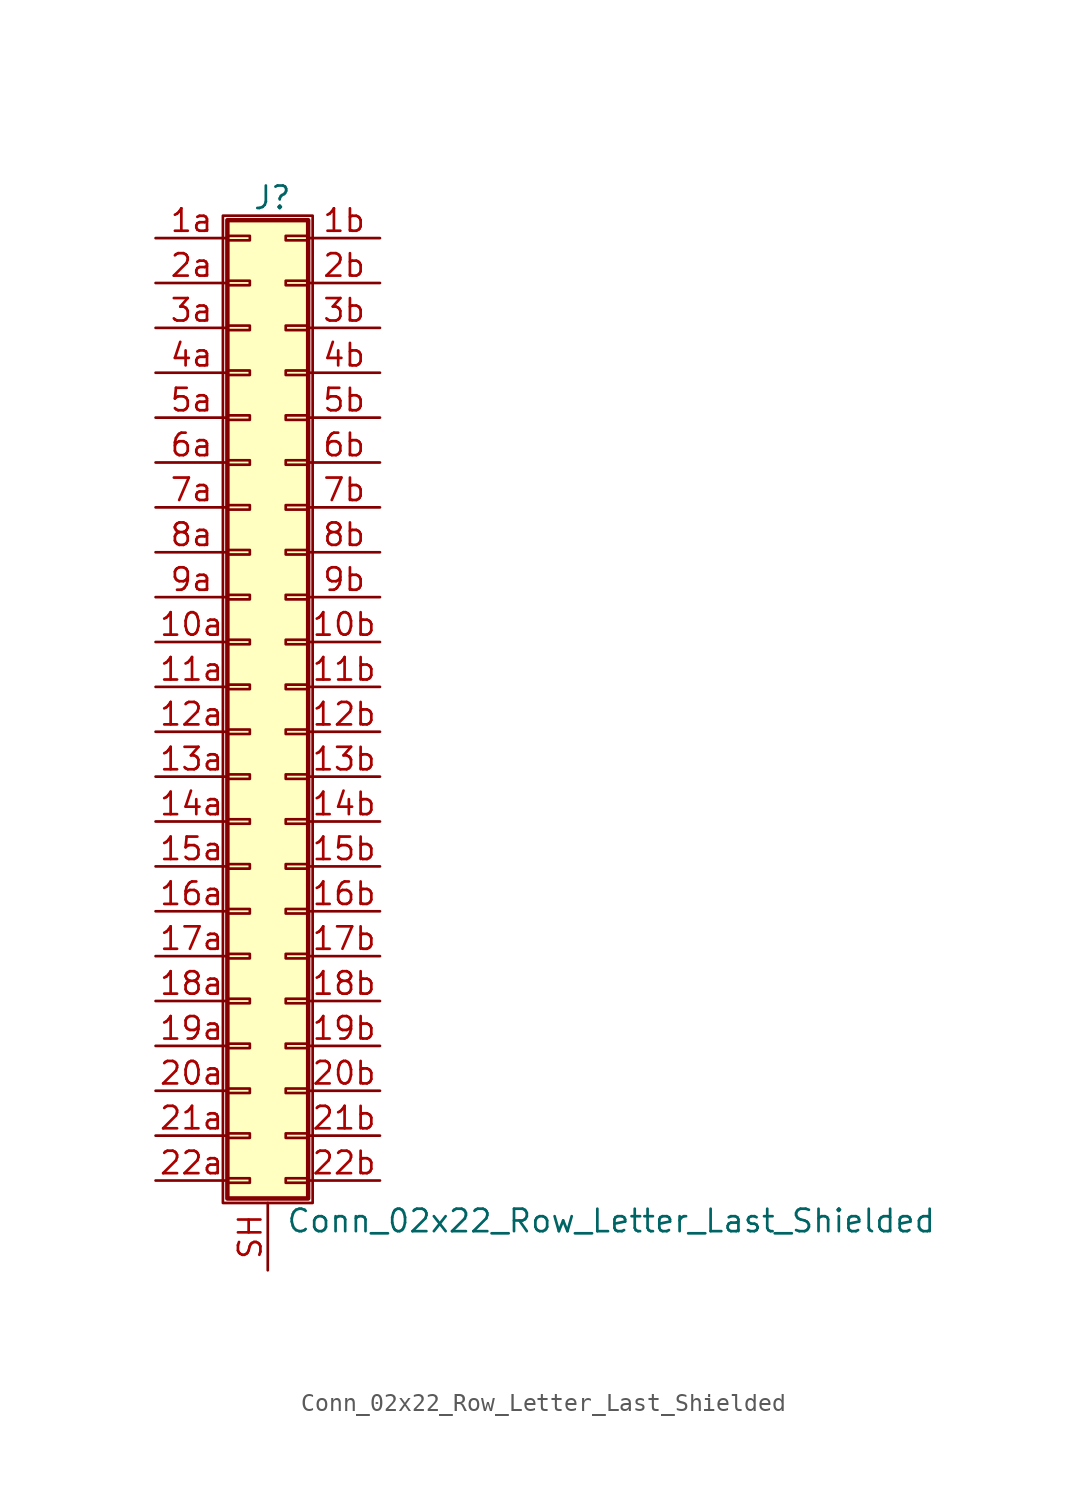
<source format=kicad_sym>
(kicad_symbol_lib
  (version 20201005)
  (generator kicad_symbol_editor)
  (symbol "Conn_02x22_Row_Letter_Last_Shielded"
    (pin_names
      (offset 1.016) hide)
    (property "Reference" "J"
      (at 1.524 27.686 0)
      (effects (font (size 1.27 1.27))))
    (property "Value" "Conn_02x22_Row_Letter_Last_Shielded"
      (at 2.286 -30.226 0)
      (effects (font (size 1.27 1.27)) (justify left)))
    (symbol "Conn_02x22_Row_Letter_Last_Shielded_1_1"
      (rectangle (start -1.27 26.67) (end 3.81 -29.21) (stroke (width 0.152)) (fill (type none)))
      (rectangle (start -1.016 -27.813) (end 0.254 -28.067) (stroke (width 0.152)) (fill (type none)))
      (rectangle (start -1.016 -25.273) (end 0.254 -25.527) (stroke (width 0.152)) (fill (type none)))
      (rectangle (start -1.016 -22.733) (end 0.254 -22.987) (stroke (width 0.152)) (fill (type none)))
      (rectangle (start -1.016 -20.193) (end 0.254 -20.447) (stroke (width 0.152)) (fill (type none)))
      (rectangle (start -1.016 -17.653) (end 0.254 -17.907) (stroke (width 0.152)) (fill (type none)))
      (rectangle (start -1.016 -15.113) (end 0.254 -15.367) (stroke (width 0.152)) (fill (type none)))
      (rectangle (start -1.016 -12.573) (end 0.254 -12.827) (stroke (width 0.152)) (fill (type none)))
      (rectangle (start -1.016 -10.033) (end 0.254 -10.287) (stroke (width 0.152)) (fill (type none)))
      (rectangle (start -1.016 -7.493) (end 0.254 -7.747) (stroke (width 0.152)) (fill (type none)))
      (rectangle (start -1.016 -4.953) (end 0.254 -5.207) (stroke (width 0.152)) (fill (type none)))
      (rectangle (start -1.016 -2.413) (end 0.254 -2.667) (stroke (width 0.152)) (fill (type none)))
      (rectangle (start -1.016 0.127) (end 0.254 -0.127) (stroke (width 0.152)) (fill (type none)))
      (rectangle (start -1.016 2.667) (end 0.254 2.413) (stroke (width 0.152)) (fill (type none)))
      (rectangle (start -1.016 5.207) (end 0.254 4.953) (stroke (width 0.152)) (fill (type none)))
      (rectangle (start -1.016 7.747) (end 0.254 7.493) (stroke (width 0.152)) (fill (type none)))
      (rectangle (start -1.016 10.287) (end 0.254 10.033) (stroke (width 0.152)) (fill (type none)))
      (rectangle (start -1.016 12.827) (end 0.254 12.573) (stroke (width 0.152)) (fill (type none)))
      (rectangle (start -1.016 15.367) (end 0.254 15.113) (stroke (width 0.152)) (fill (type none)))
      (rectangle (start -1.016 17.907) (end 0.254 17.653) (stroke (width 0.152)) (fill (type none)))
      (rectangle (start -1.016 20.447) (end 0.254 20.193) (stroke (width 0.152)) (fill (type none)))
      (rectangle (start -1.016 22.987) (end 0.254 22.733) (stroke (width 0.152)) (fill (type none)))
      (rectangle (start -1.016 25.527) (end 0.254 25.273) (stroke (width 0.152)) (fill (type none)))
      (rectangle (start -1.016 26.416) (end 3.556 -28.956) (stroke (width 0.254)) (fill (type background)))
      (rectangle (start 3.556 -27.813) (end 2.286 -28.067) (stroke (width 0.152)) (fill (type none)))
      (rectangle (start 3.556 -25.273) (end 2.286 -25.527) (stroke (width 0.152)) (fill (type none)))
      (rectangle (start 3.556 -22.733) (end 2.286 -22.987) (stroke (width 0.152)) (fill (type none)))
      (rectangle (start 3.556 -20.193) (end 2.286 -20.447) (stroke (width 0.152)) (fill (type none)))
      (rectangle (start 3.556 -17.653) (end 2.286 -17.907) (stroke (width 0.152)) (fill (type none)))
      (rectangle (start 3.556 -15.113) (end 2.286 -15.367) (stroke (width 0.152)) (fill (type none)))
      (rectangle (start 3.556 -12.573) (end 2.286 -12.827) (stroke (width 0.152)) (fill (type none)))
      (rectangle (start 3.556 -10.033) (end 2.286 -10.287) (stroke (width 0.152)) (fill (type none)))
      (rectangle (start 3.556 -7.493) (end 2.286 -7.747) (stroke (width 0.152)) (fill (type none)))
      (rectangle (start 3.556 -4.953) (end 2.286 -5.207) (stroke (width 0.152)) (fill (type none)))
      (rectangle (start 3.556 -2.413) (end 2.286 -2.667) (stroke (width 0.152)) (fill (type none)))
      (rectangle (start 3.556 0.127) (end 2.286 -0.127) (stroke (width 0.152)) (fill (type none)))
      (rectangle (start 3.556 2.667) (end 2.286 2.413) (stroke (width 0.152)) (fill (type none)))
      (rectangle (start 3.556 5.207) (end 2.286 4.953) (stroke (width 0.152)) (fill (type none)))
      (rectangle (start 3.556 7.747) (end 2.286 7.493) (stroke (width 0.152)) (fill (type none)))
      (rectangle (start 3.556 10.287) (end 2.286 10.033) (stroke (width 0.152)) (fill (type none)))
      (rectangle (start 3.556 12.827) (end 2.286 12.573) (stroke (width 0.152)) (fill (type none)))
      (rectangle (start 3.556 15.367) (end 2.286 15.113) (stroke (width 0.152)) (fill (type none)))
      (rectangle (start 3.556 17.907) (end 2.286 17.653) (stroke (width 0.152)) (fill (type none)))
      (rectangle (start 3.556 20.447) (end 2.286 20.193) (stroke (width 0.152)) (fill (type none)))
      (rectangle (start 3.556 22.987) (end 2.286 22.733) (stroke (width 0.152)) (fill (type none)))
      (rectangle (start 3.556 25.527) (end 2.286 25.273) (stroke (width 0.152)) (fill (type none)))
      (pin passive line (at -5.08 2.54 0) (length 4.064) (name "Pin_10a" (effects (font (size 1.27 1.27)))) (number "10a" (effects (font (size 1.27 1.27)))))
      (pin passive line (at 7.62 2.54 180) (length 4.064) (name "Pin_10b" (effects (font (size 1.27 1.27)))) (number "10b" (effects (font (size 1.27 1.27)))))
      (pin passive line (at -5.08 0 0) (length 4.064) (name "Pin_11a" (effects (font (size 1.27 1.27)))) (number "11a" (effects (font (size 1.27 1.27)))))
      (pin passive line (at 7.62 0 180) (length 4.064) (name "Pin_11b" (effects (font (size 1.27 1.27)))) (number "11b" (effects (font (size 1.27 1.27)))))
      (pin passive line (at -5.08 -2.54 0) (length 4.064) (name "Pin_12a" (effects (font (size 1.27 1.27)))) (number "12a" (effects (font (size 1.27 1.27)))))
      (pin passive line (at 7.62 -2.54 180) (length 4.064) (name "Pin_12b" (effects (font (size 1.27 1.27)))) (number "12b" (effects (font (size 1.27 1.27)))))
      (pin passive line (at -5.08 -5.08 0) (length 4.064) (name "Pin_13a" (effects (font (size 1.27 1.27)))) (number "13a" (effects (font (size 1.27 1.27)))))
      (pin passive line (at 7.62 -5.08 180) (length 4.064) (name "Pin_13b" (effects (font (size 1.27 1.27)))) (number "13b" (effects (font (size 1.27 1.27)))))
      (pin passive line (at -5.08 -7.62 0) (length 4.064) (name "Pin_14a" (effects (font (size 1.27 1.27)))) (number "14a" (effects (font (size 1.27 1.27)))))
      (pin passive line (at 7.62 -7.62 180) (length 4.064) (name "Pin_14b" (effects (font (size 1.27 1.27)))) (number "14b" (effects (font (size 1.27 1.27)))))
      (pin passive line (at -5.08 -10.16 0) (length 4.064) (name "Pin_15a" (effects (font (size 1.27 1.27)))) (number "15a" (effects (font (size 1.27 1.27)))))
      (pin passive line (at 7.62 -10.16 180) (length 4.064) (name "Pin_15b" (effects (font (size 1.27 1.27)))) (number "15b" (effects (font (size 1.27 1.27)))))
      (pin passive line (at -5.08 -12.7 0) (length 4.064) (name "Pin_16a" (effects (font (size 1.27 1.27)))) (number "16a" (effects (font (size 1.27 1.27)))))
      (pin passive line (at 7.62 -12.7 180) (length 4.064) (name "Pin_16b" (effects (font (size 1.27 1.27)))) (number "16b" (effects (font (size 1.27 1.27)))))
      (pin passive line (at -5.08 -15.24 0) (length 4.064) (name "Pin_17a" (effects (font (size 1.27 1.27)))) (number "17a" (effects (font (size 1.27 1.27)))))
      (pin passive line (at 7.62 -15.24 180) (length 4.064) (name "Pin_17b" (effects (font (size 1.27 1.27)))) (number "17b" (effects (font (size 1.27 1.27)))))
      (pin passive line (at -5.08 -17.78 0) (length 4.064) (name "Pin_18a" (effects (font (size 1.27 1.27)))) (number "18a" (effects (font (size 1.27 1.27)))))
      (pin passive line (at 7.62 -17.78 180) (length 4.064) (name "Pin_18b" (effects (font (size 1.27 1.27)))) (number "18b" (effects (font (size 1.27 1.27)))))
      (pin passive line (at -5.08 -20.32 0) (length 4.064) (name "Pin_19a" (effects (font (size 1.27 1.27)))) (number "19a" (effects (font (size 1.27 1.27)))))
      (pin passive line (at 7.62 -20.32 180) (length 4.064) (name "Pin_19b" (effects (font (size 1.27 1.27)))) (number "19b" (effects (font (size 1.27 1.27)))))
      (pin passive line (at -5.08 25.4 0) (length 4.064) (name "Pin_1a" (effects (font (size 1.27 1.27)))) (number "1a" (effects (font (size 1.27 1.27)))))
      (pin passive line (at 7.62 25.4 180) (length 4.064) (name "Pin_1b" (effects (font (size 1.27 1.27)))) (number "1b" (effects (font (size 1.27 1.27)))))
      (pin passive line (at -5.08 -22.86 0) (length 4.064) (name "Pin_20a" (effects (font (size 1.27 1.27)))) (number "20a" (effects (font (size 1.27 1.27)))))
      (pin passive line (at 7.62 -22.86 180) (length 4.064) (name "Pin_20b" (effects (font (size 1.27 1.27)))) (number "20b" (effects (font (size 1.27 1.27)))))
      (pin passive line (at -5.08 -25.4 0) (length 4.064) (name "Pin_21a" (effects (font (size 1.27 1.27)))) (number "21a" (effects (font (size 1.27 1.27)))))
      (pin passive line (at 7.62 -25.4 180) (length 4.064) (name "Pin_21b" (effects (font (size 1.27 1.27)))) (number "21b" (effects (font (size 1.27 1.27)))))
      (pin passive line (at -5.08 -27.94 0) (length 4.064) (name "Pin_22a" (effects (font (size 1.27 1.27)))) (number "22a" (effects (font (size 1.27 1.27)))))
      (pin passive line (at 7.62 -27.94 180) (length 4.064) (name "Pin_22b" (effects (font (size 1.27 1.27)))) (number "22b" (effects (font (size 1.27 1.27)))))
      (pin passive line (at -5.08 22.86 0) (length 4.064) (name "Pin_2a" (effects (font (size 1.27 1.27)))) (number "2a" (effects (font (size 1.27 1.27)))))
      (pin passive line (at 7.62 22.86 180) (length 4.064) (name "Pin_2b" (effects (font (size 1.27 1.27)))) (number "2b" (effects (font (size 1.27 1.27)))))
      (pin passive line (at -5.08 20.32 0) (length 4.064) (name "Pin_3a" (effects (font (size 1.27 1.27)))) (number "3a" (effects (font (size 1.27 1.27)))))
      (pin passive line (at 7.62 20.32 180) (length 4.064) (name "Pin_3b" (effects (font (size 1.27 1.27)))) (number "3b" (effects (font (size 1.27 1.27)))))
      (pin passive line (at -5.08 17.78 0) (length 4.064) (name "Pin_4a" (effects (font (size 1.27 1.27)))) (number "4a" (effects (font (size 1.27 1.27)))))
      (pin passive line (at 7.62 17.78 180) (length 4.064) (name "Pin_4b" (effects (font (size 1.27 1.27)))) (number "4b" (effects (font (size 1.27 1.27)))))
      (pin passive line (at -5.08 15.24 0) (length 4.064) (name "Pin_5a" (effects (font (size 1.27 1.27)))) (number "5a" (effects (font (size 1.27 1.27)))))
      (pin passive line (at 7.62 15.24 180) (length 4.064) (name "Pin_5b" (effects (font (size 1.27 1.27)))) (number "5b" (effects (font (size 1.27 1.27)))))
      (pin passive line (at -5.08 12.7 0) (length 4.064) (name "Pin_6a" (effects (font (size 1.27 1.27)))) (number "6a" (effects (font (size 1.27 1.27)))))
      (pin passive line (at 7.62 12.7 180) (length 4.064) (name "Pin_6b" (effects (font (size 1.27 1.27)))) (number "6b" (effects (font (size 1.27 1.27)))))
      (pin passive line (at -5.08 10.16 0) (length 4.064) (name "Pin_7a" (effects (font (size 1.27 1.27)))) (number "7a" (effects (font (size 1.27 1.27)))))
      (pin passive line (at 7.62 10.16 180) (length 4.064) (name "Pin_7b" (effects (font (size 1.27 1.27)))) (number "7b" (effects (font (size 1.27 1.27)))))
      (pin passive line (at -5.08 7.62 0) (length 4.064) (name "Pin_8a" (effects (font (size 1.27 1.27)))) (number "8a" (effects (font (size 1.27 1.27)))))
      (pin passive line (at 7.62 7.62 180) (length 4.064) (name "Pin_8b" (effects (font (size 1.27 1.27)))) (number "8b" (effects (font (size 1.27 1.27)))))
      (pin passive line (at -5.08 5.08 0) (length 4.064) (name "Pin_9a" (effects (font (size 1.27 1.27)))) (number "9a" (effects (font (size 1.27 1.27)))))
      (pin passive line (at 7.62 5.08 180) (length 4.064) (name "Pin_9b" (effects (font (size 1.27 1.27)))) (number "9b" (effects (font (size 1.27 1.27)))))
      (pin passive line (at 1.27 -33.02 90) (length 3.81) (name "Shield" (effects (font (size 1.27 1.27)))) (number "SH" (effects (font (size 1.27 1.27))))))))
</source>
